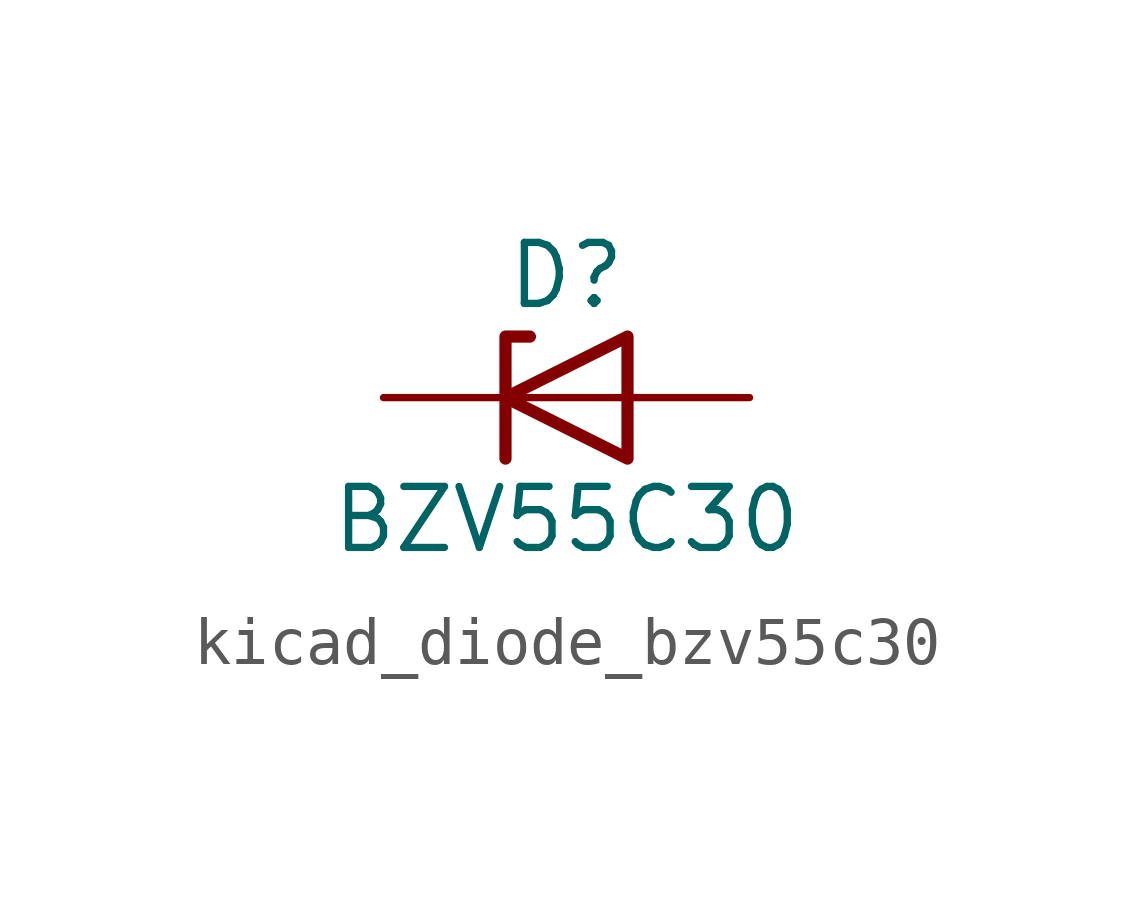
<source format=kicad_sym>
(kicad_symbol_lib
  (version 20220914)
  (generator kicad_symbol_editor)
  (symbol "kicad_diode_bzv55c30"
    (pin_numbers hide)
    (pin_names hide)
    (property "Reference" "D"
      (at 0 2.54 0)
      (effects (font (size 1.27 1.27))))
    (property "Value" "BZV55C30"
      (at 0 -2.54 0)
      (effects (font (size 1.27 1.27))))
    (symbol "kicad_diode_bzv55c30_0_1"
      (polyline (pts (xy 1.27 0) (xy -1.27 0)) (stroke (width 0) (type default)) (fill (type none)))
      (polyline (pts (xy -1.27 -1.27) (xy -1.27 1.27) (xy -0.762 1.27)) (stroke (width 0.254) (type default)) (fill (type none)))
      (polyline (pts (xy 1.27 -1.27) (xy 1.27 1.27) (xy -1.27 0) (xy 1.27 -1.27)) (stroke (width 0.254) (type default)) (fill (type none))))
    (symbol "kicad_diode_bzv55c30_1_1"
      (pin passive line (at -3.81 0 0) (length 2.54) (name "K" (effects (font (size 1.27 1.27)))) (number "1" (effects (font (size 1.27 1.27)))))
      (pin passive line (at 3.81 0 180) (length 2.54) (name "A" (effects (font (size 1.27 1.27)))) (number "2" (effects (font (size 1.27 1.27))))))))
</source>
